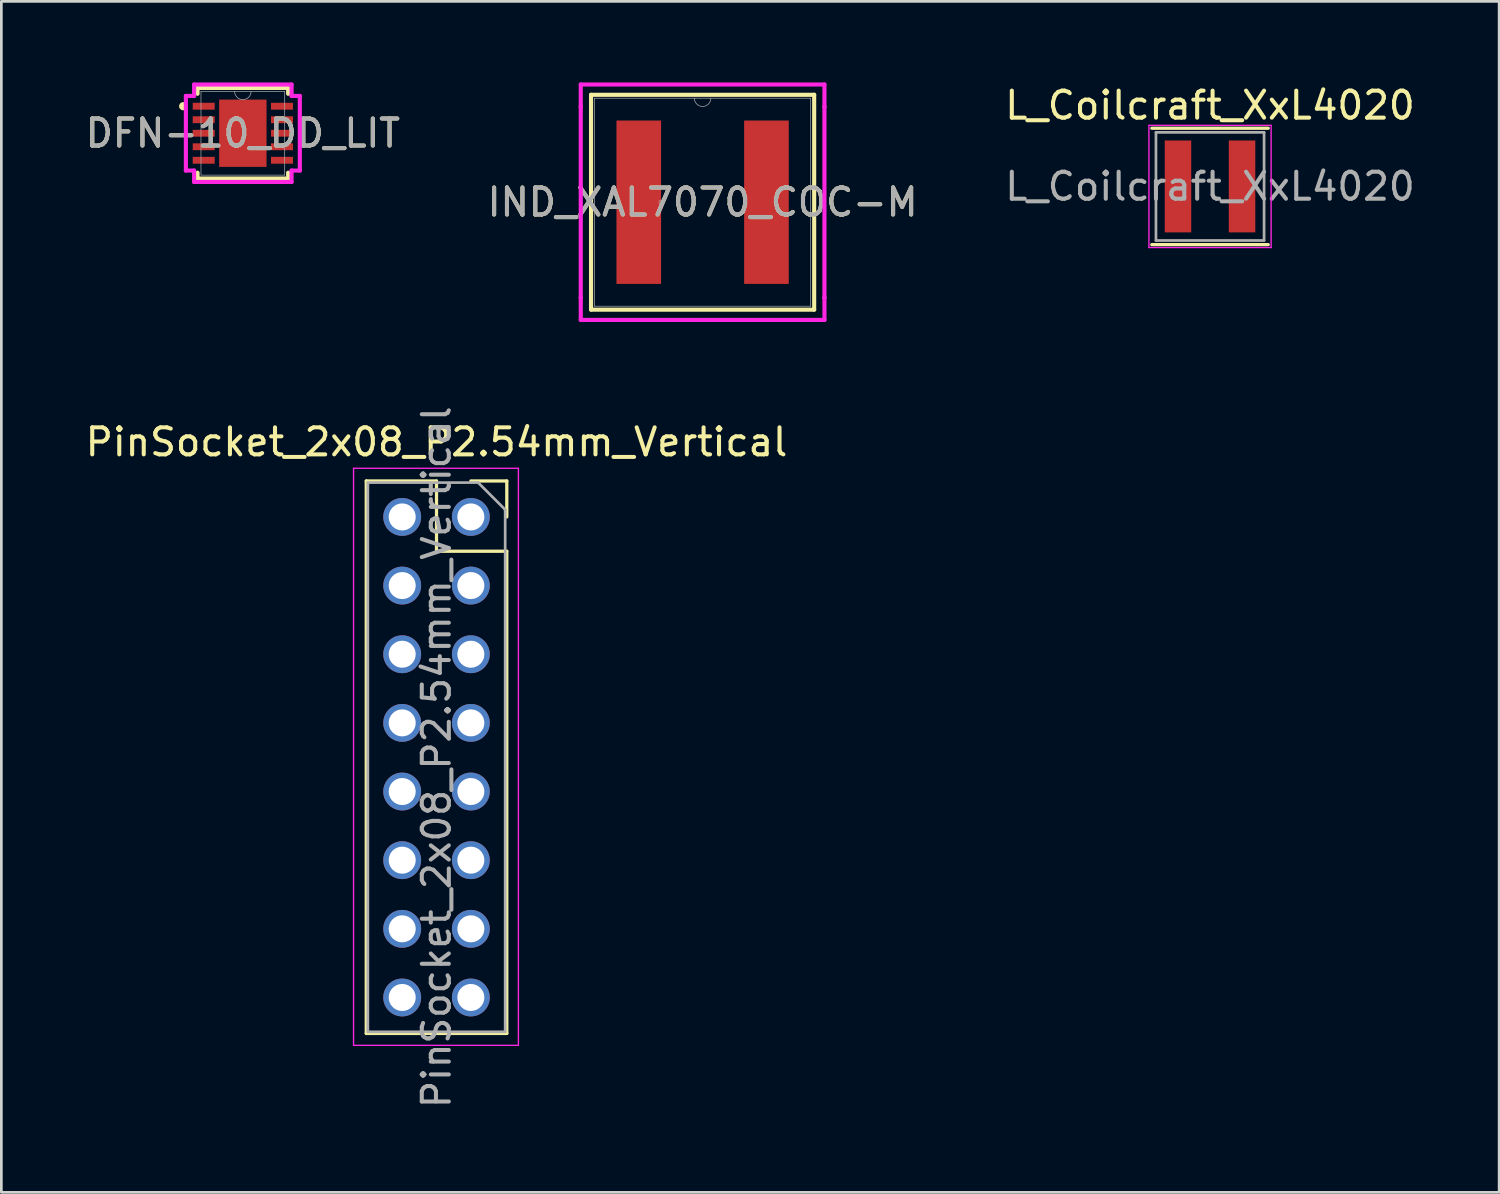
<source format=kicad_pcb>
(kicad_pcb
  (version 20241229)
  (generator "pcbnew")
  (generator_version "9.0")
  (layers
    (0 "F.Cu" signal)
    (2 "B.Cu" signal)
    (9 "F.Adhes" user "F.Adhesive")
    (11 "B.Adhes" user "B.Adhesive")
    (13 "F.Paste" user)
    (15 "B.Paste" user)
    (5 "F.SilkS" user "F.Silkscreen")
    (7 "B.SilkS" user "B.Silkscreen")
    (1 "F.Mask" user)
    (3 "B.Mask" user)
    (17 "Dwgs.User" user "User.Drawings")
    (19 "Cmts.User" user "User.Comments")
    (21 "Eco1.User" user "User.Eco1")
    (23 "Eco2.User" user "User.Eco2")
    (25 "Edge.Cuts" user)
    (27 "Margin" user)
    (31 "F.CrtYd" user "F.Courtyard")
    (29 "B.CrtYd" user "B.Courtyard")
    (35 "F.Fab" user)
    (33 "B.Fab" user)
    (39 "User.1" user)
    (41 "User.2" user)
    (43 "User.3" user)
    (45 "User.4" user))
  (footprint "DFN-10_DD_LIT"
    (layer "F.Cu")
    (at 5.935 1.88)
    (property "Reference" "DFN-10_DD_LIT" (at 0 0 0) (unlocked yes) (layer "F.SilkS") (effects (font (size 1 1) (thickness 0.15))))
    (attr smd)
    (fp_line (start -1.676 -1.676) (end -1.676 -1.46) (stroke (width 0.152) (type solid)) (layer "F.SilkS"))
    (fp_line (start -1.676 1.46) (end -1.676 1.676) (stroke (width 0.152) (type solid)) (layer "F.SilkS"))
    (fp_line (start -1.676 1.676) (end 1.676 1.676) (stroke (width 0.152) (type solid)) (layer "F.SilkS"))
    (fp_line (start 1.676 -1.676) (end -1.676 -1.676) (stroke (width 0.152) (type solid)) (layer "F.SilkS"))
    (fp_line (start 1.676 -1.46) (end 1.676 -1.676) (stroke (width 0.152) (type solid)) (layer "F.SilkS"))
    (fp_line (start 1.676 1.676) (end 1.676 1.46) (stroke (width 0.152) (type solid)) (layer "F.SilkS"))
    (fp_arc (start -2.18694 -0.926171) (mid -2.282 -1) (end -2.18694 -1.073829) (stroke (width 0.1524) (type solid)) (layer "F.SilkS"))
    (fp_line (start -2.108 -1.381) (end -1.803 -1.381) (stroke (width 0.152) (type solid)) (layer "F.CrtYd"))
    (fp_line (start -2.108 1.381) (end -2.108 -1.381) (stroke (width 0.152) (type solid)) (layer "F.CrtYd"))
    (fp_line (start -2.108 1.381) (end -1.803 1.381) (stroke (width 0.152) (type solid)) (layer "F.CrtYd"))
    (fp_line (start -1.803 -1.803) (end 1.803 -1.803) (stroke (width 0.152) (type solid)) (layer "F.CrtYd"))
    (fp_line (start -1.803 -1.381) (end -1.803 -1.803) (stroke (width 0.152) (type solid)) (layer "F.CrtYd"))
    (fp_line (start -1.803 1.803) (end -1.803 1.381) (stroke (width 0.152) (type solid)) (layer "F.CrtYd"))
    (fp_line (start 1.803 -1.803) (end 1.803 -1.381) (stroke (width 0.152) (type solid)) (layer "F.CrtYd"))
    (fp_line (start 1.803 1.381) (end 1.803 1.803) (stroke (width 0.152) (type solid)) (layer "F.CrtYd"))
    (fp_line (start 1.803 1.803) (end -1.803 1.803) (stroke (width 0.152) (type solid)) (layer "F.CrtYd"))
    (fp_line (start 2.108 -1.381) (end 1.803 -1.381) (stroke (width 0.152) (type solid)) (layer "F.CrtYd"))
    (fp_line (start 2.108 -1.381) (end 2.108 1.381) (stroke (width 0.152) (type solid)) (layer "F.CrtYd"))
    (fp_line (start 2.108 1.381) (end 1.803 1.381) (stroke (width 0.152) (type solid)) (layer "F.CrtYd"))
    (fp_line (start -1.549 -1.549) (end -1.549 1.549) (stroke (width 0.025) (type solid)) (layer "F.Fab"))
    (fp_line (start -1.549 1.549) (end 1.549 1.549) (stroke (width 0.025) (type solid)) (layer "F.Fab"))
    (fp_line (start 1.549 -1.549) (end -1.549 -1.549) (stroke (width 0.025) (type solid)) (layer "F.Fab"))
    (fp_line (start 1.549 1.549) (end 1.549 -1.549) (stroke (width 0.025) (type solid)) (layer "F.Fab"))
    (fp_arc (start 0.3048 -1.5494) (mid 0 -1.2446) (end -0.3048 -1.5494) (stroke (width 0.0254) (type solid)) (layer "F.Fab"))
    (fp_text user "${REFERENCE}" (at 0 0 0) (unlocked yes) (layer "F.Fab") (effects (font (size 1 1) (thickness 0.15))))
    (pad "1" smd rect (at -1.448 -1) (size 0.813 0.254) (layers "F.Cu" "F.Mask" "F.Paste"))
    (pad "2" smd rect (at -1.448 -0.5) (size 0.813 0.254) (layers "F.Cu" "F.Mask" "F.Paste"))
    (pad "3" smd rect (at -1.448 0) (size 0.813 0.254) (layers "F.Cu" "F.Mask" "F.Paste"))
    (pad "4" smd rect (at -1.448 0.5) (size 0.813 0.254) (layers "F.Cu" "F.Mask" "F.Paste"))
    (pad "5" smd rect (at -1.448 1) (size 0.813 0.254) (layers "F.Cu" "F.Mask" "F.Paste"))
    (pad "6" smd rect (at 1.448 1) (size 0.813 0.254) (layers "F.Cu" "F.Mask" "F.Paste"))
    (pad "7" smd rect (at 1.448 0.5) (size 0.813 0.254) (layers "F.Cu" "F.Mask" "F.Paste"))
    (pad "8" smd rect (at 1.448 0) (size 0.813 0.254) (layers "F.Cu" "F.Mask" "F.Paste"))
    (pad "9" smd rect (at 1.448 -0.5) (size 0.813 0.254) (layers "F.Cu" "F.Mask" "F.Paste"))
    (pad "10" smd rect (at 1.448 -1) (size 0.813 0.254) (layers "F.Cu" "F.Mask" "F.Paste"))
    (pad "11" smd rect (at 0 0) (size 1.753 2.489) (layers "F.Cu" "F.Mask" "F.Paste")))
  (footprint "L_Coilcraft_XxL4020"
    (layer "F.Cu")
    (at 41.72 3.848)
    (property "Reference" "L_Coilcraft_XxL4020" (at 0 -3 0) (layer "F.SilkS") (effects (font (size 1 1) (thickness 0.15))))
    (attr smd)
    (fp_line (start -2.154 -2.154) (end 2.154 -2.154) (stroke (width 0.12) (type solid)) (layer "F.SilkS"))
    (fp_line (start 2.154 2.154) (end -2.154 2.154) (stroke (width 0.12) (type solid)) (layer "F.SilkS"))
    (fp_line (start -2.26 -2.26) (end 2.26 -2.26) (stroke (width 0.05) (type solid)) (layer "F.CrtYd"))
    (fp_line (start -2.26 2.26) (end -2.26 -2.26) (stroke (width 0.05) (type solid)) (layer "F.CrtYd"))
    (fp_line (start 2.26 -2.26) (end 2.26 2.26) (stroke (width 0.05) (type solid)) (layer "F.CrtYd"))
    (fp_line (start 2.26 2.26) (end -2.26 2.26) (stroke (width 0.05) (type solid)) (layer "F.CrtYd"))
    (fp_line (start -2 -2) (end 2 -2) (stroke (width 0.1) (type solid)) (layer "F.Fab"))
    (fp_line (start -2 2) (end -2 -2) (stroke (width 0.1) (type solid)) (layer "F.Fab"))
    (fp_line (start 2 -2) (end 2 2) (stroke (width 0.1) (type solid)) (layer "F.Fab"))
    (fp_line (start 2 2) (end -2 2) (stroke (width 0.1) (type solid)) (layer "F.Fab"))
    (fp_text user "${REFERENCE}" (at 0 0 0) (layer "F.Fab") (effects (font (size 1 1) (thickness 0.15))))
    (pad "1" smd rect (at -1.185 0) (size 0.98 3.4) (layers "F.Cu" "F.Mask" "F.Paste"))
    (pad "2" smd rect (at 1.185 0) (size 0.98 3.4) (layers "F.Cu" "F.Mask" "F.Paste")))
  (footprint "PinSocket_2x08_P2.54mm_Vertical"
    (layer "F.Cu")
    (at 14.371 16.076)
    (property "Reference" "PinSocket_2x08_P2.54mm_Vertical" (at -1.27 -2.77 0) (layer "F.SilkS") (effects (font (size 1 1) (thickness 0.15))))
    (attr through_hole)
    (fp_line (start -3.87 -1.33) (end -3.87 19.11) (stroke (width 0.12) (type solid)) (layer "F.SilkS"))
    (fp_line (start -3.87 -1.33) (end -1.27 -1.33) (stroke (width 0.12) (type solid)) (layer "F.SilkS"))
    (fp_line (start -3.87 19.11) (end 1.33 19.11) (stroke (width 0.12) (type solid)) (layer "F.SilkS"))
    (fp_line (start -1.27 -1.33) (end -1.27 1.27) (stroke (width 0.12) (type solid)) (layer "F.SilkS"))
    (fp_line (start -1.27 1.27) (end 1.33 1.27) (stroke (width 0.12) (type solid)) (layer "F.SilkS"))
    (fp_line (start 0 -1.33) (end 1.33 -1.33) (stroke (width 0.12) (type solid)) (layer "F.SilkS"))
    (fp_line (start 1.33 -1.33) (end 1.33 0) (stroke (width 0.12) (type solid)) (layer "F.SilkS"))
    (fp_line (start 1.33 1.27) (end 1.33 19.11) (stroke (width 0.12) (type solid)) (layer "F.SilkS"))
    (fp_line (start -4.34 -1.8) (end 1.76 -1.8) (stroke (width 0.05) (type solid)) (layer "F.CrtYd"))
    (fp_line (start -4.34 19.55) (end -4.34 -1.8) (stroke (width 0.05) (type solid)) (layer "F.CrtYd"))
    (fp_line (start 1.76 -1.8) (end 1.76 19.55) (stroke (width 0.05) (type solid)) (layer "F.CrtYd"))
    (fp_line (start 1.76 19.55) (end -4.34 19.55) (stroke (width 0.05) (type solid)) (layer "F.CrtYd"))
    (fp_line (start -3.81 -1.27) (end 0.27 -1.27) (stroke (width 0.1) (type solid)) (layer "F.Fab"))
    (fp_line (start -3.81 19.05) (end -3.81 -1.27) (stroke (width 0.1) (type solid)) (layer "F.Fab"))
    (fp_line (start 0.27 -1.27) (end 1.27 -0.27) (stroke (width 0.1) (type solid)) (layer "F.Fab"))
    (fp_line (start 1.27 -0.27) (end 1.27 19.05) (stroke (width 0.1) (type solid)) (layer "F.Fab"))
    (fp_line (start 1.27 19.05) (end -3.81 19.05) (stroke (width 0.1) (type solid)) (layer "F.Fab"))
    (fp_text user "${REFERENCE}" (at -1.27 8.89 90) (layer "F.Fab") (effects (font (size 1 1) (thickness 0.15))))
    (pad "1" thru_hole circle (at 0 0) (size 1.4 1.4) (drill 1) (layers "*.Cu" "*.Mask"))
    (pad "2" thru_hole circle (at -2.54 0) (size 1.4 1.4) (drill 1) (layers "*.Cu" "*.Mask"))
    (pad "3" thru_hole circle (at 0 2.54) (size 1.4 1.4) (drill 1) (layers "*.Cu" "*.Mask"))
    (pad "4" thru_hole circle (at -2.54 2.54) (size 1.4 1.4) (drill 1) (layers "*.Cu" "*.Mask"))
    (pad "5" thru_hole circle (at 0 5.08) (size 1.4 1.4) (drill 1) (layers "*.Cu" "*.Mask"))
    (pad "6" thru_hole circle (at -2.54 5.08) (size 1.4 1.4) (drill 1) (layers "*.Cu" "*.Mask"))
    (pad "7" thru_hole circle (at 0 7.62) (size 1.4 1.4) (drill 1) (layers "*.Cu" "*.Mask"))
    (pad "8" thru_hole circle (at -2.54 7.62) (size 1.4 1.4) (drill 1) (layers "*.Cu" "*.Mask"))
    (pad "9" thru_hole circle (at 0 10.16) (size 1.4 1.4) (drill 1) (layers "*.Cu" "*.Mask"))
    (pad "10" thru_hole circle (at -2.54 10.16) (size 1.4 1.4) (drill 1) (layers "*.Cu" "*.Mask"))
    (pad "11" thru_hole circle (at 0 12.7) (size 1.4 1.4) (drill 1) (layers "*.Cu" "*.Mask"))
    (pad "12" thru_hole circle (at -2.54 12.7) (size 1.4 1.4) (drill 1) (layers "*.Cu" "*.Mask"))
    (pad "13" thru_hole circle (at 0 15.24) (size 1.4 1.4) (drill 1) (layers "*.Cu" "*.Mask"))
    (pad "14" thru_hole circle (at -2.54 15.24) (size 1.4 1.4) (drill 1) (layers "*.Cu" "*.Mask"))
    (pad "15" thru_hole circle (at 0 17.78) (size 1.4 1.4) (drill 1) (layers "*.Cu" "*.Mask"))
    (pad "16" thru_hole circle (at -2.54 17.78) (size 1.4 1.4) (drill 1) (layers "*.Cu" "*.Mask")))
  (footprint "IND_XAL7070_COC-M"
    (layer "F.Cu")
    (at 22.946 4.432)
    (property "Reference" "IND_XAL7070_COC-M" (at 0 0 0) (unlocked yes) (layer "F.SilkS") (effects (font (size 1 1) (thickness 0.15))))
    (attr smd)
    (fp_line (start -4.128 -3.975) (end -4.128 3.975) (stroke (width 0.152) (type solid)) (layer "F.SilkS"))
    (fp_line (start -4.128 3.975) (end 4.128 3.975) (stroke (width 0.152) (type solid)) (layer "F.SilkS"))
    (fp_line (start 4.128 -3.975) (end -4.128 -3.975) (stroke (width 0.152) (type solid)) (layer "F.SilkS"))
    (fp_line (start 4.128 3.975) (end 4.128 -3.975) (stroke (width 0.152) (type solid)) (layer "F.SilkS"))
    (fp_line (start -4.508 -4.356) (end 4.508 -4.356) (stroke (width 0.152) (type solid)) (layer "F.CrtYd"))
    (fp_line (start -4.508 -3.531) (end -4.508 -4.356) (stroke (width 0.152) (type solid)) (layer "F.CrtYd"))
    (fp_line (start -4.508 -3.531) (end -4.508 -3.531) (stroke (width 0.152) (type solid)) (layer "F.CrtYd"))
    (fp_line (start -4.508 3.531) (end -4.508 -3.531) (stroke (width 0.152) (type solid)) (layer "F.CrtYd"))
    (fp_line (start -4.508 3.531) (end -4.508 3.531) (stroke (width 0.152) (type solid)) (layer "F.CrtYd"))
    (fp_line (start -4.508 4.356) (end -4.508 3.531) (stroke (width 0.152) (type solid)) (layer "F.CrtYd"))
    (fp_line (start 4.508 -4.356) (end 4.508 -3.531) (stroke (width 0.152) (type solid)) (layer "F.CrtYd"))
    (fp_line (start 4.508 -3.531) (end 4.508 -3.531) (stroke (width 0.152) (type solid)) (layer "F.CrtYd"))
    (fp_line (start 4.508 -3.531) (end 4.508 3.531) (stroke (width 0.152) (type solid)) (layer "F.CrtYd"))
    (fp_line (start 4.508 3.531) (end 4.508 3.531) (stroke (width 0.152) (type solid)) (layer "F.CrtYd"))
    (fp_line (start 4.508 3.531) (end 4.508 4.356) (stroke (width 0.152) (type solid)) (layer "F.CrtYd"))
    (fp_line (start 4.508 4.356) (end -4.508 4.356) (stroke (width 0.152) (type solid)) (layer "F.CrtYd"))
    (fp_line (start -4 -3.848) (end -4 3.848) (stroke (width 0.025) (type solid)) (layer "F.Fab"))
    (fp_line (start -4 3.848) (end 4 3.848) (stroke (width 0.025) (type solid)) (layer "F.Fab"))
    (fp_line (start 4 -3.848) (end -4 -3.848) (stroke (width 0.025) (type solid)) (layer "F.Fab"))
    (fp_line (start 4 3.848) (end 4 -3.848) (stroke (width 0.025) (type solid)) (layer "F.Fab"))
    (fp_arc (start 0.3048 -3.8481) (mid 0 -3.5433) (end -0.3048 -3.8481) (stroke (width 0.0254) (type solid)) (layer "F.Fab"))
    (fp_circle (center -1.537 0) (end -1.46 0) (stroke (width 0.025) (type solid)) (fill no) (layer "F.Fab"))
    (fp_text user "${REFERENCE}" (at 0 0 0) (unlocked yes) (layer "F.Fab") (effects (font (size 1 1) (thickness 0.15))))
    (pad "1" smd rect (at -2.362 0) (size 1.651 6.045) (layers "F.Cu" "F.Mask" "F.Paste"))
    (pad "2" smd rect (at 2.362 0) (size 1.651 6.045) (layers "F.Cu" "F.Mask" "F.Paste")))
  (gr_rect
    (start -3 -3)
    (end 52.417 41.067)
    (stroke (width 0.1) (type default))
    (fill no)
    (layer "Edge.Cuts")))
</source>
